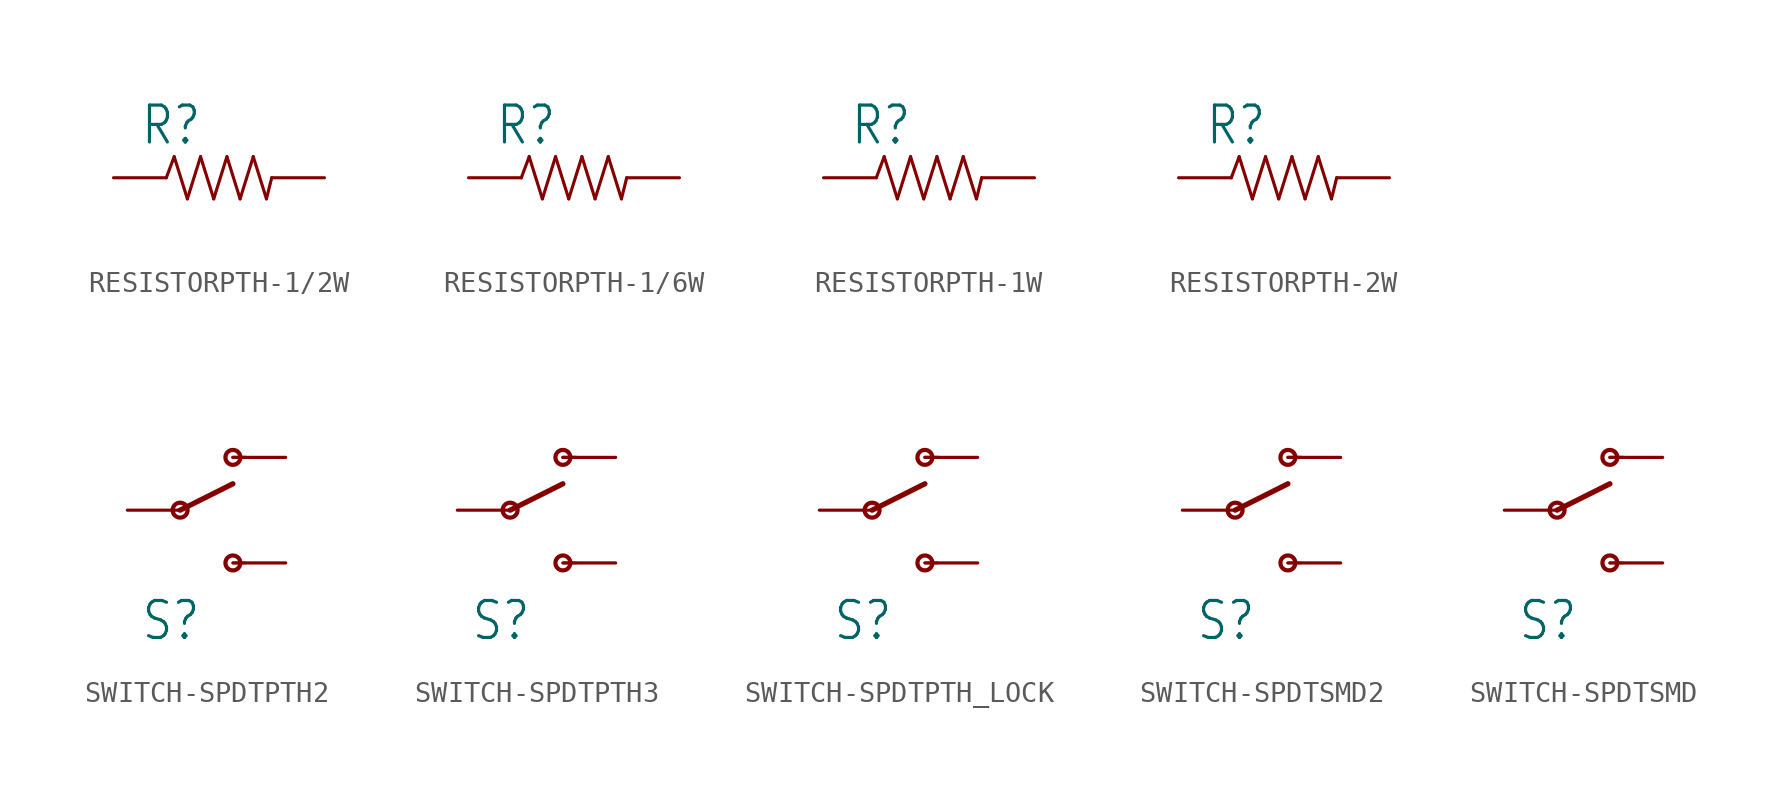
<source format=kicad_sym>
(kicad_symbol_lib
  (version 20220914)
  (generator kicad_symbol_editor)
  (symbol "RESISTORPTH-1/2W"
    (property "Reference" "R"
      (at -3.81 1.499 0)
      (effects (font (size 1.778 1.511)) (justify left bottom)))
    (property "Value" ""
      (at -3.81 -3.302 0)
      (effects (font (size 1.778 1.511)) (justify left bottom)))
    (property "ki_locked" ""
      (at 0 0 0)
      (effects (font (size 1.27 1.27))))
    (symbol "RESISTORPTH-1/2W_1_0"
      (polyline (pts (xy -2.54 0) (xy -2.159 1.016)) (stroke (width 0.152) (type solid)) (fill (type none)))
      (polyline (pts (xy -2.159 1.016) (xy -1.524 -1.016)) (stroke (width 0.152) (type solid)) (fill (type none)))
      (polyline (pts (xy -1.524 -1.016) (xy -0.889 1.016)) (stroke (width 0.152) (type solid)) (fill (type none)))
      (polyline (pts (xy -0.889 1.016) (xy -0.254 -1.016)) (stroke (width 0.152) (type solid)) (fill (type none)))
      (polyline (pts (xy -0.254 -1.016) (xy 0.381 1.016)) (stroke (width 0.152) (type solid)) (fill (type none)))
      (polyline (pts (xy 0.381 1.016) (xy 1.016 -1.016)) (stroke (width 0.152) (type solid)) (fill (type none)))
      (polyline (pts (xy 1.016 -1.016) (xy 1.651 1.016)) (stroke (width 0.152) (type solid)) (fill (type none)))
      (polyline (pts (xy 1.651 1.016) (xy 2.286 -1.016)) (stroke (width 0.152) (type solid)) (fill (type none)))
      (polyline (pts (xy 2.286 -1.016) (xy 2.54 0)) (stroke (width 0.152) (type solid)) (fill (type none)))
      (pin passive line (at -5.08 0 0) (length 2.54) (name "1" (effects (font (size 0 0)))) (number "P$1" (effects (font (size 0 0)))))
      (pin passive line (at 5.08 0 180) (length 2.54) (name "2" (effects (font (size 0 0)))) (number "P$2" (effects (font (size 0 0)))))))
  (symbol "RESISTORPTH-1/6W"
    (property "Reference" "R"
      (at -3.81 1.499 0)
      (effects (font (size 1.778 1.511)) (justify left bottom)))
    (property "Value" ""
      (at -3.81 -3.302 0)
      (effects (font (size 1.778 1.511)) (justify left bottom)))
    (property "ki_locked" ""
      (at 0 0 0)
      (effects (font (size 1.27 1.27))))
    (symbol "RESISTORPTH-1/6W_1_0"
      (polyline (pts (xy -2.54 0) (xy -2.159 1.016)) (stroke (width 0.152) (type solid)) (fill (type none)))
      (polyline (pts (xy -2.159 1.016) (xy -1.524 -1.016)) (stroke (width 0.152) (type solid)) (fill (type none)))
      (polyline (pts (xy -1.524 -1.016) (xy -0.889 1.016)) (stroke (width 0.152) (type solid)) (fill (type none)))
      (polyline (pts (xy -0.889 1.016) (xy -0.254 -1.016)) (stroke (width 0.152) (type solid)) (fill (type none)))
      (polyline (pts (xy -0.254 -1.016) (xy 0.381 1.016)) (stroke (width 0.152) (type solid)) (fill (type none)))
      (polyline (pts (xy 0.381 1.016) (xy 1.016 -1.016)) (stroke (width 0.152) (type solid)) (fill (type none)))
      (polyline (pts (xy 1.016 -1.016) (xy 1.651 1.016)) (stroke (width 0.152) (type solid)) (fill (type none)))
      (polyline (pts (xy 1.651 1.016) (xy 2.286 -1.016)) (stroke (width 0.152) (type solid)) (fill (type none)))
      (polyline (pts (xy 2.286 -1.016) (xy 2.54 0)) (stroke (width 0.152) (type solid)) (fill (type none)))
      (pin passive line (at -5.08 0 0) (length 2.54) (name "1" (effects (font (size 0 0)))) (number "1" (effects (font (size 0 0)))))
      (pin passive line (at 5.08 0 180) (length 2.54) (name "2" (effects (font (size 0 0)))) (number "2" (effects (font (size 0 0)))))))
  (symbol "RESISTORPTH-1W"
    (property "Reference" "R"
      (at -3.81 1.499 0)
      (effects (font (size 1.778 1.511)) (justify left bottom)))
    (property "Value" ""
      (at -3.81 -3.302 0)
      (effects (font (size 1.778 1.511)) (justify left bottom)))
    (property "ki_locked" ""
      (at 0 0 0)
      (effects (font (size 1.27 1.27))))
    (symbol "RESISTORPTH-1W_1_0"
      (polyline (pts (xy -2.54 0) (xy -2.159 1.016)) (stroke (width 0.152) (type solid)) (fill (type none)))
      (polyline (pts (xy -2.159 1.016) (xy -1.524 -1.016)) (stroke (width 0.152) (type solid)) (fill (type none)))
      (polyline (pts (xy -1.524 -1.016) (xy -0.889 1.016)) (stroke (width 0.152) (type solid)) (fill (type none)))
      (polyline (pts (xy -0.889 1.016) (xy -0.254 -1.016)) (stroke (width 0.152) (type solid)) (fill (type none)))
      (polyline (pts (xy -0.254 -1.016) (xy 0.381 1.016)) (stroke (width 0.152) (type solid)) (fill (type none)))
      (polyline (pts (xy 0.381 1.016) (xy 1.016 -1.016)) (stroke (width 0.152) (type solid)) (fill (type none)))
      (polyline (pts (xy 1.016 -1.016) (xy 1.651 1.016)) (stroke (width 0.152) (type solid)) (fill (type none)))
      (polyline (pts (xy 1.651 1.016) (xy 2.286 -1.016)) (stroke (width 0.152) (type solid)) (fill (type none)))
      (polyline (pts (xy 2.286 -1.016) (xy 2.54 0)) (stroke (width 0.152) (type solid)) (fill (type none)))
      (pin passive line (at -5.08 0 0) (length 2.54) (name "1" (effects (font (size 0 0)))) (number "P$1" (effects (font (size 0 0)))))
      (pin passive line (at 5.08 0 180) (length 2.54) (name "2" (effects (font (size 0 0)))) (number "P$2" (effects (font (size 0 0)))))))
  (symbol "RESISTORPTH-2W"
    (property "Reference" "R"
      (at -3.81 1.499 0)
      (effects (font (size 1.778 1.511)) (justify left bottom)))
    (property "Value" ""
      (at -3.81 -3.302 0)
      (effects (font (size 1.778 1.511)) (justify left bottom)))
    (property "ki_locked" ""
      (at 0 0 0)
      (effects (font (size 1.27 1.27))))
    (symbol "RESISTORPTH-2W_1_0"
      (polyline (pts (xy -2.54 0) (xy -2.159 1.016)) (stroke (width 0.152) (type solid)) (fill (type none)))
      (polyline (pts (xy -2.159 1.016) (xy -1.524 -1.016)) (stroke (width 0.152) (type solid)) (fill (type none)))
      (polyline (pts (xy -1.524 -1.016) (xy -0.889 1.016)) (stroke (width 0.152) (type solid)) (fill (type none)))
      (polyline (pts (xy -0.889 1.016) (xy -0.254 -1.016)) (stroke (width 0.152) (type solid)) (fill (type none)))
      (polyline (pts (xy -0.254 -1.016) (xy 0.381 1.016)) (stroke (width 0.152) (type solid)) (fill (type none)))
      (polyline (pts (xy 0.381 1.016) (xy 1.016 -1.016)) (stroke (width 0.152) (type solid)) (fill (type none)))
      (polyline (pts (xy 1.016 -1.016) (xy 1.651 1.016)) (stroke (width 0.152) (type solid)) (fill (type none)))
      (polyline (pts (xy 1.651 1.016) (xy 2.286 -1.016)) (stroke (width 0.152) (type solid)) (fill (type none)))
      (polyline (pts (xy 2.286 -1.016) (xy 2.54 0)) (stroke (width 0.152) (type solid)) (fill (type none)))
      (pin passive line (at -5.08 0 0) (length 2.54) (name "1" (effects (font (size 0 0)))) (number "P$1" (effects (font (size 0 0)))))
      (pin passive line (at 5.08 0 180) (length 2.54) (name "2" (effects (font (size 0 0)))) (number "P$2" (effects (font (size 0 0)))))))
  (symbol "SWITCH-SPDTPTH2"
    (property "Reference" "S"
      (at -1.905 -6.35 0)
      (effects (font (size 1.778 1.511)) (justify left bottom)))
    (property "Value" ""
      (at -2.54 3.81 0)
      (effects (font (size 1.778 1.511)) (justify left bottom)))
    (property "ki_locked" ""
      (at 0 0 0)
      (effects (font (size 1.27 1.27))))
    (symbol "SWITCH-SPDTPTH2_1_0"
      (polyline (pts (xy 0 0) (xy 2.54 1.27)) (stroke (width 0.254) (type solid)) (fill (type none)))
      (polyline (pts (xy 2.54 -2.54) (xy 3.175 -2.54)) (stroke (width 0.127) (type solid)) (fill (type none)))
      (polyline (pts (xy 2.54 2.54) (xy 3.175 2.54)) (stroke (width 0.152) (type solid)) (fill (type none)))
      (circle (center 0 0) (radius 0.359) (stroke (width 0.203) (type solid)) (fill (type none)))
      (circle (center 2.54 -2.54) (radius 0.359) (stroke (width 0.203) (type solid)) (fill (type none)))
      (circle (center 2.54 2.54) (radius 0.359) (stroke (width 0.203) (type solid)) (fill (type none)))
      (pin passive line (at 5.08 2.54 180) (length 2.54) (name "O" (effects (font (size 0 0)))) (number "1" (effects (font (size 0 0)))))
      (pin passive line (at -2.54 0 0) (length 2.54) (name "P" (effects (font (size 0 0)))) (number "2" (effects (font (size 0 0)))))
      (pin passive line (at 5.08 -2.54 180) (length 2.54) (name "S" (effects (font (size 0 0)))) (number "3" (effects (font (size 0 0)))))))
  (symbol "SWITCH-SPDTPTH3"
    (property "Reference" "S"
      (at -1.905 -6.35 0)
      (effects (font (size 1.778 1.511)) (justify left bottom)))
    (property "Value" ""
      (at -2.54 3.81 0)
      (effects (font (size 1.778 1.511)) (justify left bottom)))
    (property "ki_locked" ""
      (at 0 0 0)
      (effects (font (size 1.27 1.27))))
    (symbol "SWITCH-SPDTPTH3_1_0"
      (polyline (pts (xy 0 0) (xy 2.54 1.27)) (stroke (width 0.254) (type solid)) (fill (type none)))
      (polyline (pts (xy 2.54 -2.54) (xy 3.175 -2.54)) (stroke (width 0.127) (type solid)) (fill (type none)))
      (polyline (pts (xy 2.54 2.54) (xy 3.175 2.54)) (stroke (width 0.152) (type solid)) (fill (type none)))
      (circle (center 0 0) (radius 0.359) (stroke (width 0.203) (type solid)) (fill (type none)))
      (circle (center 2.54 -2.54) (radius 0.359) (stroke (width 0.203) (type solid)) (fill (type none)))
      (circle (center 2.54 2.54) (radius 0.359) (stroke (width 0.203) (type solid)) (fill (type none)))
      (pin passive line (at 5.08 2.54 180) (length 2.54) (name "O" (effects (font (size 0 0)))) (number "P$1" (effects (font (size 0 0)))))
      (pin passive line (at -2.54 0 0) (length 2.54) (name "P" (effects (font (size 0 0)))) (number "P$2" (effects (font (size 0 0)))))
      (pin passive line (at 5.08 -2.54 180) (length 2.54) (name "S" (effects (font (size 0 0)))) (number "P$3" (effects (font (size 0 0)))))))
  (symbol "SWITCH-SPDTPTH_LOCK"
    (property "Reference" "S"
      (at -1.905 -6.35 0)
      (effects (font (size 1.778 1.511)) (justify left bottom)))
    (property "Value" ""
      (at -2.54 3.81 0)
      (effects (font (size 1.778 1.511)) (justify left bottom)))
    (property "ki_locked" ""
      (at 0 0 0)
      (effects (font (size 1.27 1.27))))
    (symbol "SWITCH-SPDTPTH_LOCK_1_0"
      (polyline (pts (xy 0 0) (xy 2.54 1.27)) (stroke (width 0.254) (type solid)) (fill (type none)))
      (polyline (pts (xy 2.54 -2.54) (xy 3.175 -2.54)) (stroke (width 0.127) (type solid)) (fill (type none)))
      (polyline (pts (xy 2.54 2.54) (xy 3.175 2.54)) (stroke (width 0.152) (type solid)) (fill (type none)))
      (circle (center 0 0) (radius 0.359) (stroke (width 0.203) (type solid)) (fill (type none)))
      (circle (center 2.54 -2.54) (radius 0.359) (stroke (width 0.203) (type solid)) (fill (type none)))
      (circle (center 2.54 2.54) (radius 0.359) (stroke (width 0.203) (type solid)) (fill (type none)))
      (pin passive line (at 5.08 2.54 180) (length 2.54) (name "O" (effects (font (size 0 0)))) (number "1" (effects (font (size 0 0)))))
      (pin passive line (at -2.54 0 0) (length 2.54) (name "P" (effects (font (size 0 0)))) (number "2" (effects (font (size 0 0)))))
      (pin passive line (at 5.08 -2.54 180) (length 2.54) (name "S" (effects (font (size 0 0)))) (number "3" (effects (font (size 0 0)))))))
  (symbol "SWITCH-SPDTSMD2"
    (property "Reference" "S"
      (at -1.905 -6.35 0)
      (effects (font (size 1.778 1.511)) (justify left bottom)))
    (property "Value" ""
      (at -2.54 3.81 0)
      (effects (font (size 1.778 1.511)) (justify left bottom)))
    (property "ki_locked" ""
      (at 0 0 0)
      (effects (font (size 1.27 1.27))))
    (symbol "SWITCH-SPDTSMD2_1_0"
      (polyline (pts (xy 0 0) (xy 2.54 1.27)) (stroke (width 0.254) (type solid)) (fill (type none)))
      (polyline (pts (xy 2.54 -2.54) (xy 3.175 -2.54)) (stroke (width 0.127) (type solid)) (fill (type none)))
      (polyline (pts (xy 2.54 2.54) (xy 3.175 2.54)) (stroke (width 0.152) (type solid)) (fill (type none)))
      (circle (center 0 0) (radius 0.359) (stroke (width 0.203) (type solid)) (fill (type none)))
      (circle (center 2.54 -2.54) (radius 0.359) (stroke (width 0.203) (type solid)) (fill (type none)))
      (circle (center 2.54 2.54) (radius 0.359) (stroke (width 0.203) (type solid)) (fill (type none)))
      (pin passive line (at 5.08 2.54 180) (length 2.54) (name "O" (effects (font (size 0 0)))) (number "1" (effects (font (size 0 0)))))
      (pin passive line (at -2.54 0 0) (length 2.54) (name "P" (effects (font (size 0 0)))) (number "2" (effects (font (size 0 0)))))
      (pin passive line (at 5.08 -2.54 180) (length 2.54) (name "S" (effects (font (size 0 0)))) (number "3" (effects (font (size 0 0)))))))
  (symbol "SWITCH-SPDTSMD"
    (property "Reference" "S"
      (at -1.905 -6.35 0)
      (effects (font (size 1.778 1.511)) (justify left bottom)))
    (property "Value" ""
      (at -2.54 3.81 0)
      (effects (font (size 1.778 1.511)) (justify left bottom)))
    (property "ki_locked" ""
      (at 0 0 0)
      (effects (font (size 1.27 1.27))))
    (symbol "SWITCH-SPDTSMD_1_0"
      (polyline (pts (xy 0 0) (xy 2.54 1.27)) (stroke (width 0.254) (type solid)) (fill (type none)))
      (polyline (pts (xy 2.54 -2.54) (xy 3.175 -2.54)) (stroke (width 0.127) (type solid)) (fill (type none)))
      (polyline (pts (xy 2.54 2.54) (xy 3.175 2.54)) (stroke (width 0.152) (type solid)) (fill (type none)))
      (circle (center 0 0) (radius 0.359) (stroke (width 0.203) (type solid)) (fill (type none)))
      (circle (center 2.54 -2.54) (radius 0.359) (stroke (width 0.203) (type solid)) (fill (type none)))
      (circle (center 2.54 2.54) (radius 0.359) (stroke (width 0.203) (type solid)) (fill (type none)))
      (pin passive line (at 5.08 2.54 180) (length 2.54) (name "O" (effects (font (size 0 0)))) (number "1" (effects (font (size 0 0)))))
      (pin passive line (at -2.54 0 0) (length 2.54) (name "P" (effects (font (size 0 0)))) (number "2" (effects (font (size 0 0)))))
      (pin passive line (at 5.08 -2.54 180) (length 2.54) (name "S" (effects (font (size 0 0)))) (number "3" (effects (font (size 0 0))))))))
</source>
